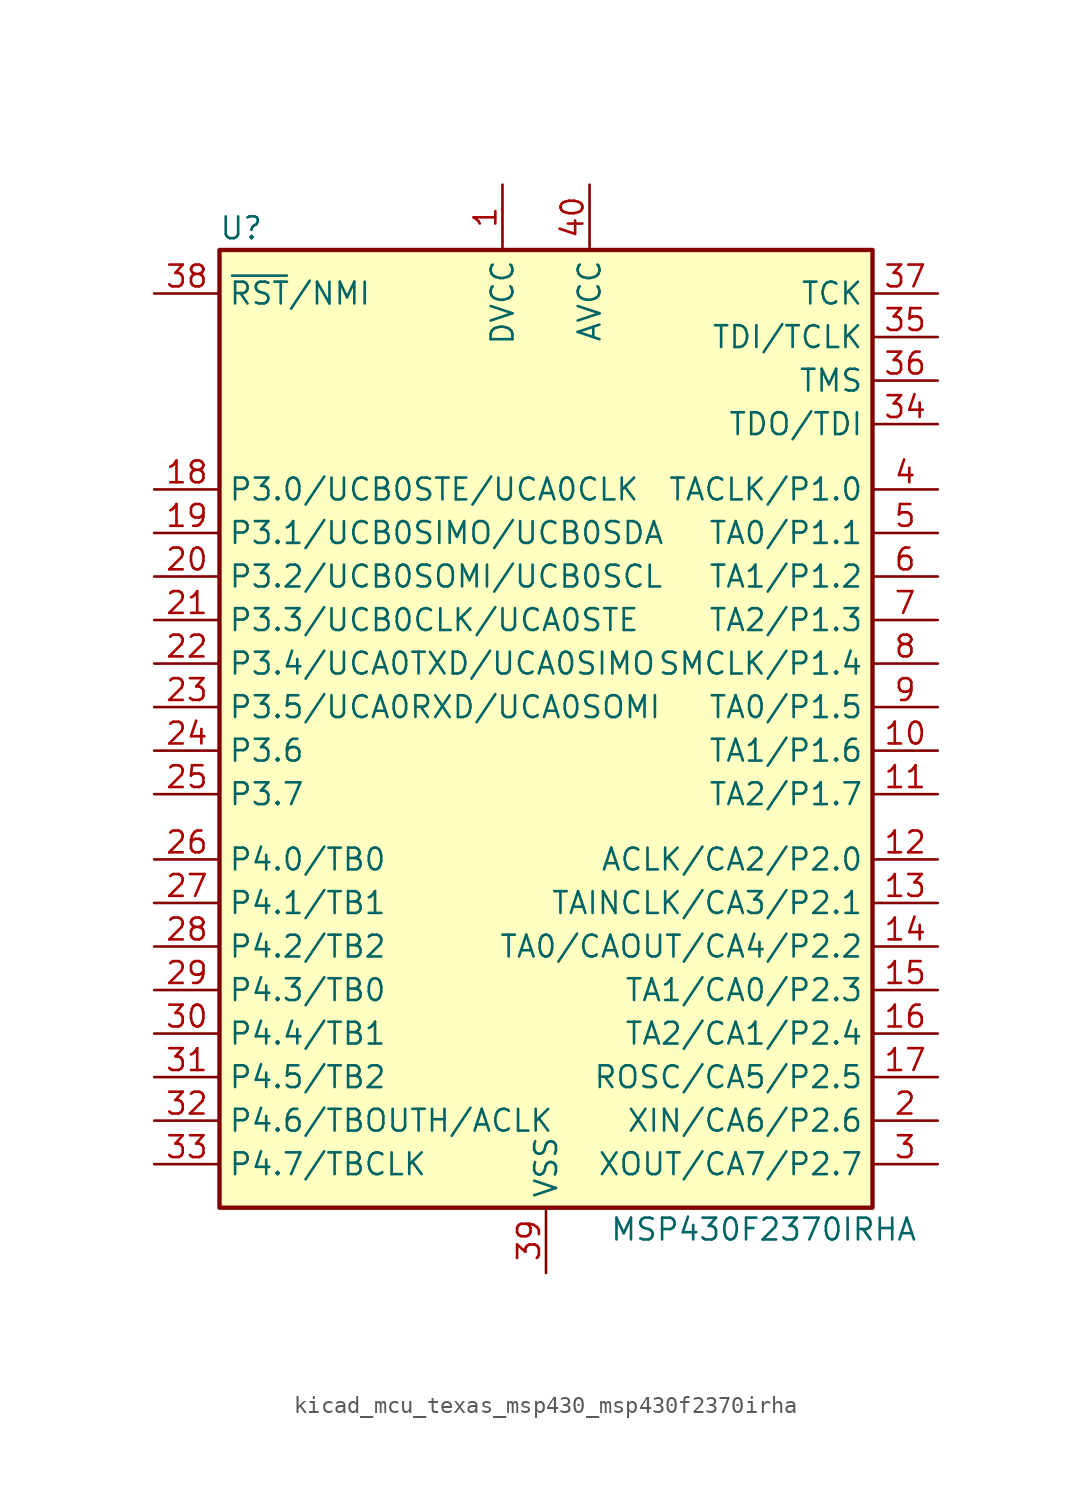
<source format=kicad_sym>
(kicad_symbol_lib
  (version 20220914)
  (generator kicad_symbol_editor)
  (symbol "kicad_mcu_texas_msp430_msp430f2370irha"
    (property "Reference" "U"
      (at -17.78 29.21 0)
      (effects (font (size 1.27 1.27))))
    (property "Value" "MSP430F2370IRHA"
      (at 12.7 -29.21 0)
      (effects (font (size 1.27 1.27))))
    (symbol "kicad_mcu_texas_msp430_msp430f2370irha_0_1"
      (rectangle (start -19.05 27.94) (end 19.05 -27.94) (stroke (width 0.254) (type default)) (fill (type background))))
    (symbol "kicad_mcu_texas_msp430_msp430f2370irha_1_1"
      (pin power_in line (at -2.54 31.75 270) (length 3.81) (name "DVCC" (effects (font (size 1.27 1.27)))) (number "1" (effects (font (size 1.27 1.27)))))
      (pin bidirectional line (at 22.86 -1.27 180) (length 3.81) (name "TA1/P1.6" (effects (font (size 1.27 1.27)))) (number "10" (effects (font (size 1.27 1.27)))))
      (pin bidirectional line (at 22.86 -3.81 180) (length 3.81) (name "TA2/P1.7" (effects (font (size 1.27 1.27)))) (number "11" (effects (font (size 1.27 1.27)))))
      (pin bidirectional line (at 22.86 -7.62 180) (length 3.81) (name "ACLK/CA2/P2.0" (effects (font (size 1.27 1.27)))) (number "12" (effects (font (size 1.27 1.27)))))
      (pin bidirectional line (at 22.86 -10.16 180) (length 3.81) (name "TAINCLK/CA3/P2.1" (effects (font (size 1.27 1.27)))) (number "13" (effects (font (size 1.27 1.27)))))
      (pin bidirectional line (at 22.86 -12.7 180) (length 3.81) (name "TA0/CAOUT/CA4/P2.2" (effects (font (size 1.27 1.27)))) (number "14" (effects (font (size 1.27 1.27)))))
      (pin bidirectional line (at 22.86 -15.24 180) (length 3.81) (name "TA1/CA0/P2.3" (effects (font (size 1.27 1.27)))) (number "15" (effects (font (size 1.27 1.27)))))
      (pin bidirectional line (at 22.86 -17.78 180) (length 3.81) (name "TA2/CA1/P2.4" (effects (font (size 1.27 1.27)))) (number "16" (effects (font (size 1.27 1.27)))))
      (pin bidirectional line (at 22.86 -20.32 180) (length 3.81) (name "ROSC/CA5/P2.5" (effects (font (size 1.27 1.27)))) (number "17" (effects (font (size 1.27 1.27)))))
      (pin bidirectional line (at -22.86 13.97 0) (length 3.81) (name "P3.0/UCB0STE/UCA0CLK" (effects (font (size 1.27 1.27)))) (number "18" (effects (font (size 1.27 1.27)))))
      (pin bidirectional line (at -22.86 11.43 0) (length 3.81) (name "P3.1/UCB0SIMO/UCB0SDA" (effects (font (size 1.27 1.27)))) (number "19" (effects (font (size 1.27 1.27)))))
      (pin bidirectional line (at 22.86 -22.86 180) (length 3.81) (name "XIN/CA6/P2.6" (effects (font (size 1.27 1.27)))) (number "2" (effects (font (size 1.27 1.27)))))
      (pin bidirectional line (at -22.86 8.89 0) (length 3.81) (name "P3.2/UCB0SOMI/UCB0SCL" (effects (font (size 1.27 1.27)))) (number "20" (effects (font (size 1.27 1.27)))))
      (pin bidirectional line (at -22.86 6.35 0) (length 3.81) (name "P3.3/UCB0CLK/UCA0STE" (effects (font (size 1.27 1.27)))) (number "21" (effects (font (size 1.27 1.27)))))
      (pin bidirectional line (at -22.86 3.81 0) (length 3.81) (name "P3.4/UCA0TXD/UCA0SIMO" (effects (font (size 1.27 1.27)))) (number "22" (effects (font (size 1.27 1.27)))))
      (pin bidirectional line (at -22.86 1.27 0) (length 3.81) (name "P3.5/UCA0RXD/UCA0SOMI" (effects (font (size 1.27 1.27)))) (number "23" (effects (font (size 1.27 1.27)))))
      (pin bidirectional line (at -22.86 -1.27 0) (length 3.81) (name "P3.6" (effects (font (size 1.27 1.27)))) (number "24" (effects (font (size 1.27 1.27)))))
      (pin bidirectional line (at -22.86 -3.81 0) (length 3.81) (name "P3.7" (effects (font (size 1.27 1.27)))) (number "25" (effects (font (size 1.27 1.27)))))
      (pin bidirectional line (at -22.86 -7.62 0) (length 3.81) (name "P4.0/TB0" (effects (font (size 1.27 1.27)))) (number "26" (effects (font (size 1.27 1.27)))))
      (pin bidirectional line (at -22.86 -10.16 0) (length 3.81) (name "P4.1/TB1" (effects (font (size 1.27 1.27)))) (number "27" (effects (font (size 1.27 1.27)))))
      (pin bidirectional line (at -22.86 -12.7 0) (length 3.81) (name "P4.2/TB2" (effects (font (size 1.27 1.27)))) (number "28" (effects (font (size 1.27 1.27)))))
      (pin bidirectional line (at -22.86 -15.24 0) (length 3.81) (name "P4.3/TB0" (effects (font (size 1.27 1.27)))) (number "29" (effects (font (size 1.27 1.27)))))
      (pin bidirectional line (at 22.86 -25.4 180) (length 3.81) (name "XOUT/CA7/P2.7" (effects (font (size 1.27 1.27)))) (number "3" (effects (font (size 1.27 1.27)))))
      (pin bidirectional line (at -22.86 -17.78 0) (length 3.81) (name "P4.4/TB1" (effects (font (size 1.27 1.27)))) (number "30" (effects (font (size 1.27 1.27)))))
      (pin bidirectional line (at -22.86 -20.32 0) (length 3.81) (name "P4.5/TB2" (effects (font (size 1.27 1.27)))) (number "31" (effects (font (size 1.27 1.27)))))
      (pin bidirectional line (at -22.86 -22.86 0) (length 3.81) (name "P4.6/TBOUTH/ACLK" (effects (font (size 1.27 1.27)))) (number "32" (effects (font (size 1.27 1.27)))))
      (pin bidirectional line (at -22.86 -25.4 0) (length 3.81) (name "P4.7/TBCLK" (effects (font (size 1.27 1.27)))) (number "33" (effects (font (size 1.27 1.27)))))
      (pin bidirectional line (at 22.86 17.78 180) (length 3.81) (name "TDO/TDI" (effects (font (size 1.27 1.27)))) (number "34" (effects (font (size 1.27 1.27)))))
      (pin input line (at 22.86 22.86 180) (length 3.81) (name "TDI/TCLK" (effects (font (size 1.27 1.27)))) (number "35" (effects (font (size 1.27 1.27)))))
      (pin input line (at 22.86 20.32 180) (length 3.81) (name "TMS" (effects (font (size 1.27 1.27)))) (number "36" (effects (font (size 1.27 1.27)))))
      (pin input line (at 22.86 25.4 180) (length 3.81) (name "TCK" (effects (font (size 1.27 1.27)))) (number "37" (effects (font (size 1.27 1.27)))))
      (pin input line (at -22.86 25.4 0) (length 3.81) (name "~{RST}/NMI" (effects (font (size 1.27 1.27)))) (number "38" (effects (font (size 1.27 1.27)))))
      (pin power_in line (at 0 -31.75 90) (length 3.81) (name "VSS" (effects (font (size 1.27 1.27)))) (number "39" (effects (font (size 1.27 1.27)))))
      (pin bidirectional line (at 22.86 13.97 180) (length 3.81) (name "TACLK/P1.0" (effects (font (size 1.27 1.27)))) (number "4" (effects (font (size 1.27 1.27)))))
      (pin power_in line (at 2.54 31.75 270) (length 3.81) (name "AVCC" (effects (font (size 1.27 1.27)))) (number "40" (effects (font (size 1.27 1.27)))))
      (pin bidirectional line (at 22.86 11.43 180) (length 3.81) (name "TA0/P1.1" (effects (font (size 1.27 1.27)))) (number "5" (effects (font (size 1.27 1.27)))))
      (pin bidirectional line (at 22.86 8.89 180) (length 3.81) (name "TA1/P1.2" (effects (font (size 1.27 1.27)))) (number "6" (effects (font (size 1.27 1.27)))))
      (pin bidirectional line (at 22.86 6.35 180) (length 3.81) (name "TA2/P1.3" (effects (font (size 1.27 1.27)))) (number "7" (effects (font (size 1.27 1.27)))))
      (pin bidirectional line (at 22.86 3.81 180) (length 3.81) (name "SMCLK/P1.4" (effects (font (size 1.27 1.27)))) (number "8" (effects (font (size 1.27 1.27)))))
      (pin bidirectional line (at 22.86 1.27 180) (length 3.81) (name "TA0/P1.5" (effects (font (size 1.27 1.27)))) (number "9" (effects (font (size 1.27 1.27))))))))
</source>
